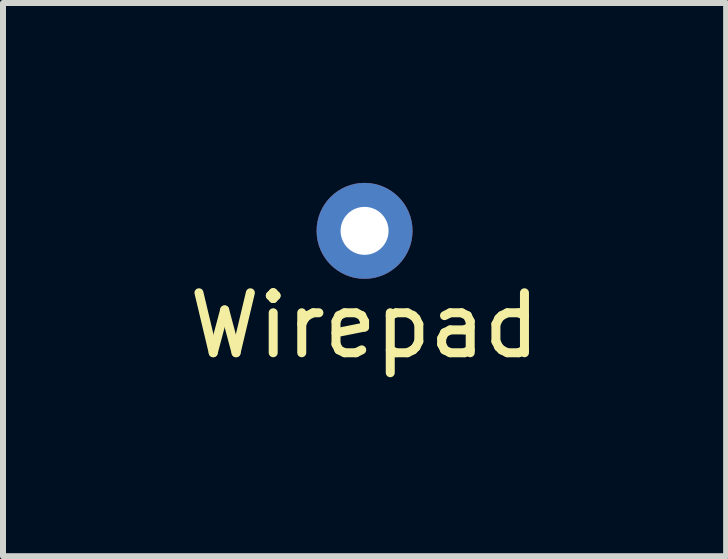
<source format=kicad_pcb>
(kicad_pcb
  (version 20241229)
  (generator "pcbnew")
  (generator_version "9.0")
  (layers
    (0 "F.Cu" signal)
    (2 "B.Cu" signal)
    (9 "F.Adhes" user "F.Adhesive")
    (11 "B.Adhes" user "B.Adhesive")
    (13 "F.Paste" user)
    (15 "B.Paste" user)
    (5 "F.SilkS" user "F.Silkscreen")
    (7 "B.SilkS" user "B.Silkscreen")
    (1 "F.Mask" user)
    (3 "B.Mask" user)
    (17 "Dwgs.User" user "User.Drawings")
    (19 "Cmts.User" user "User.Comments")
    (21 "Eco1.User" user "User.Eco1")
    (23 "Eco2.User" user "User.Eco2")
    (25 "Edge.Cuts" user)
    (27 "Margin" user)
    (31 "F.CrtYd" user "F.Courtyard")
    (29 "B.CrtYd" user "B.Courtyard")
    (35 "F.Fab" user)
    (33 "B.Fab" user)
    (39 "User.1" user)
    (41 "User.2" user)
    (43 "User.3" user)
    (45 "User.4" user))
  (footprint "Wirepad"
    (layer "F.Cu")
    (at 3.03 0.6)
    (property "Reference" "Wirepad" (at 0 1.778 0) (layer "F.SilkS") (effects (font (size 1 1) (thickness 0.15))))
    (attr through_hole)
    (pad "1" thru_hole circle (at 0 0.2 180) (size 1.6 1.6) (drill 0.8) (layers "*.Cu" "*.Mask")))
  (gr_rect
    (start -3 -3)
    (end 9.06 6.226)
    (stroke (width 0.1) (type default))
    (fill no)
    (layer "Edge.Cuts")))
</source>
